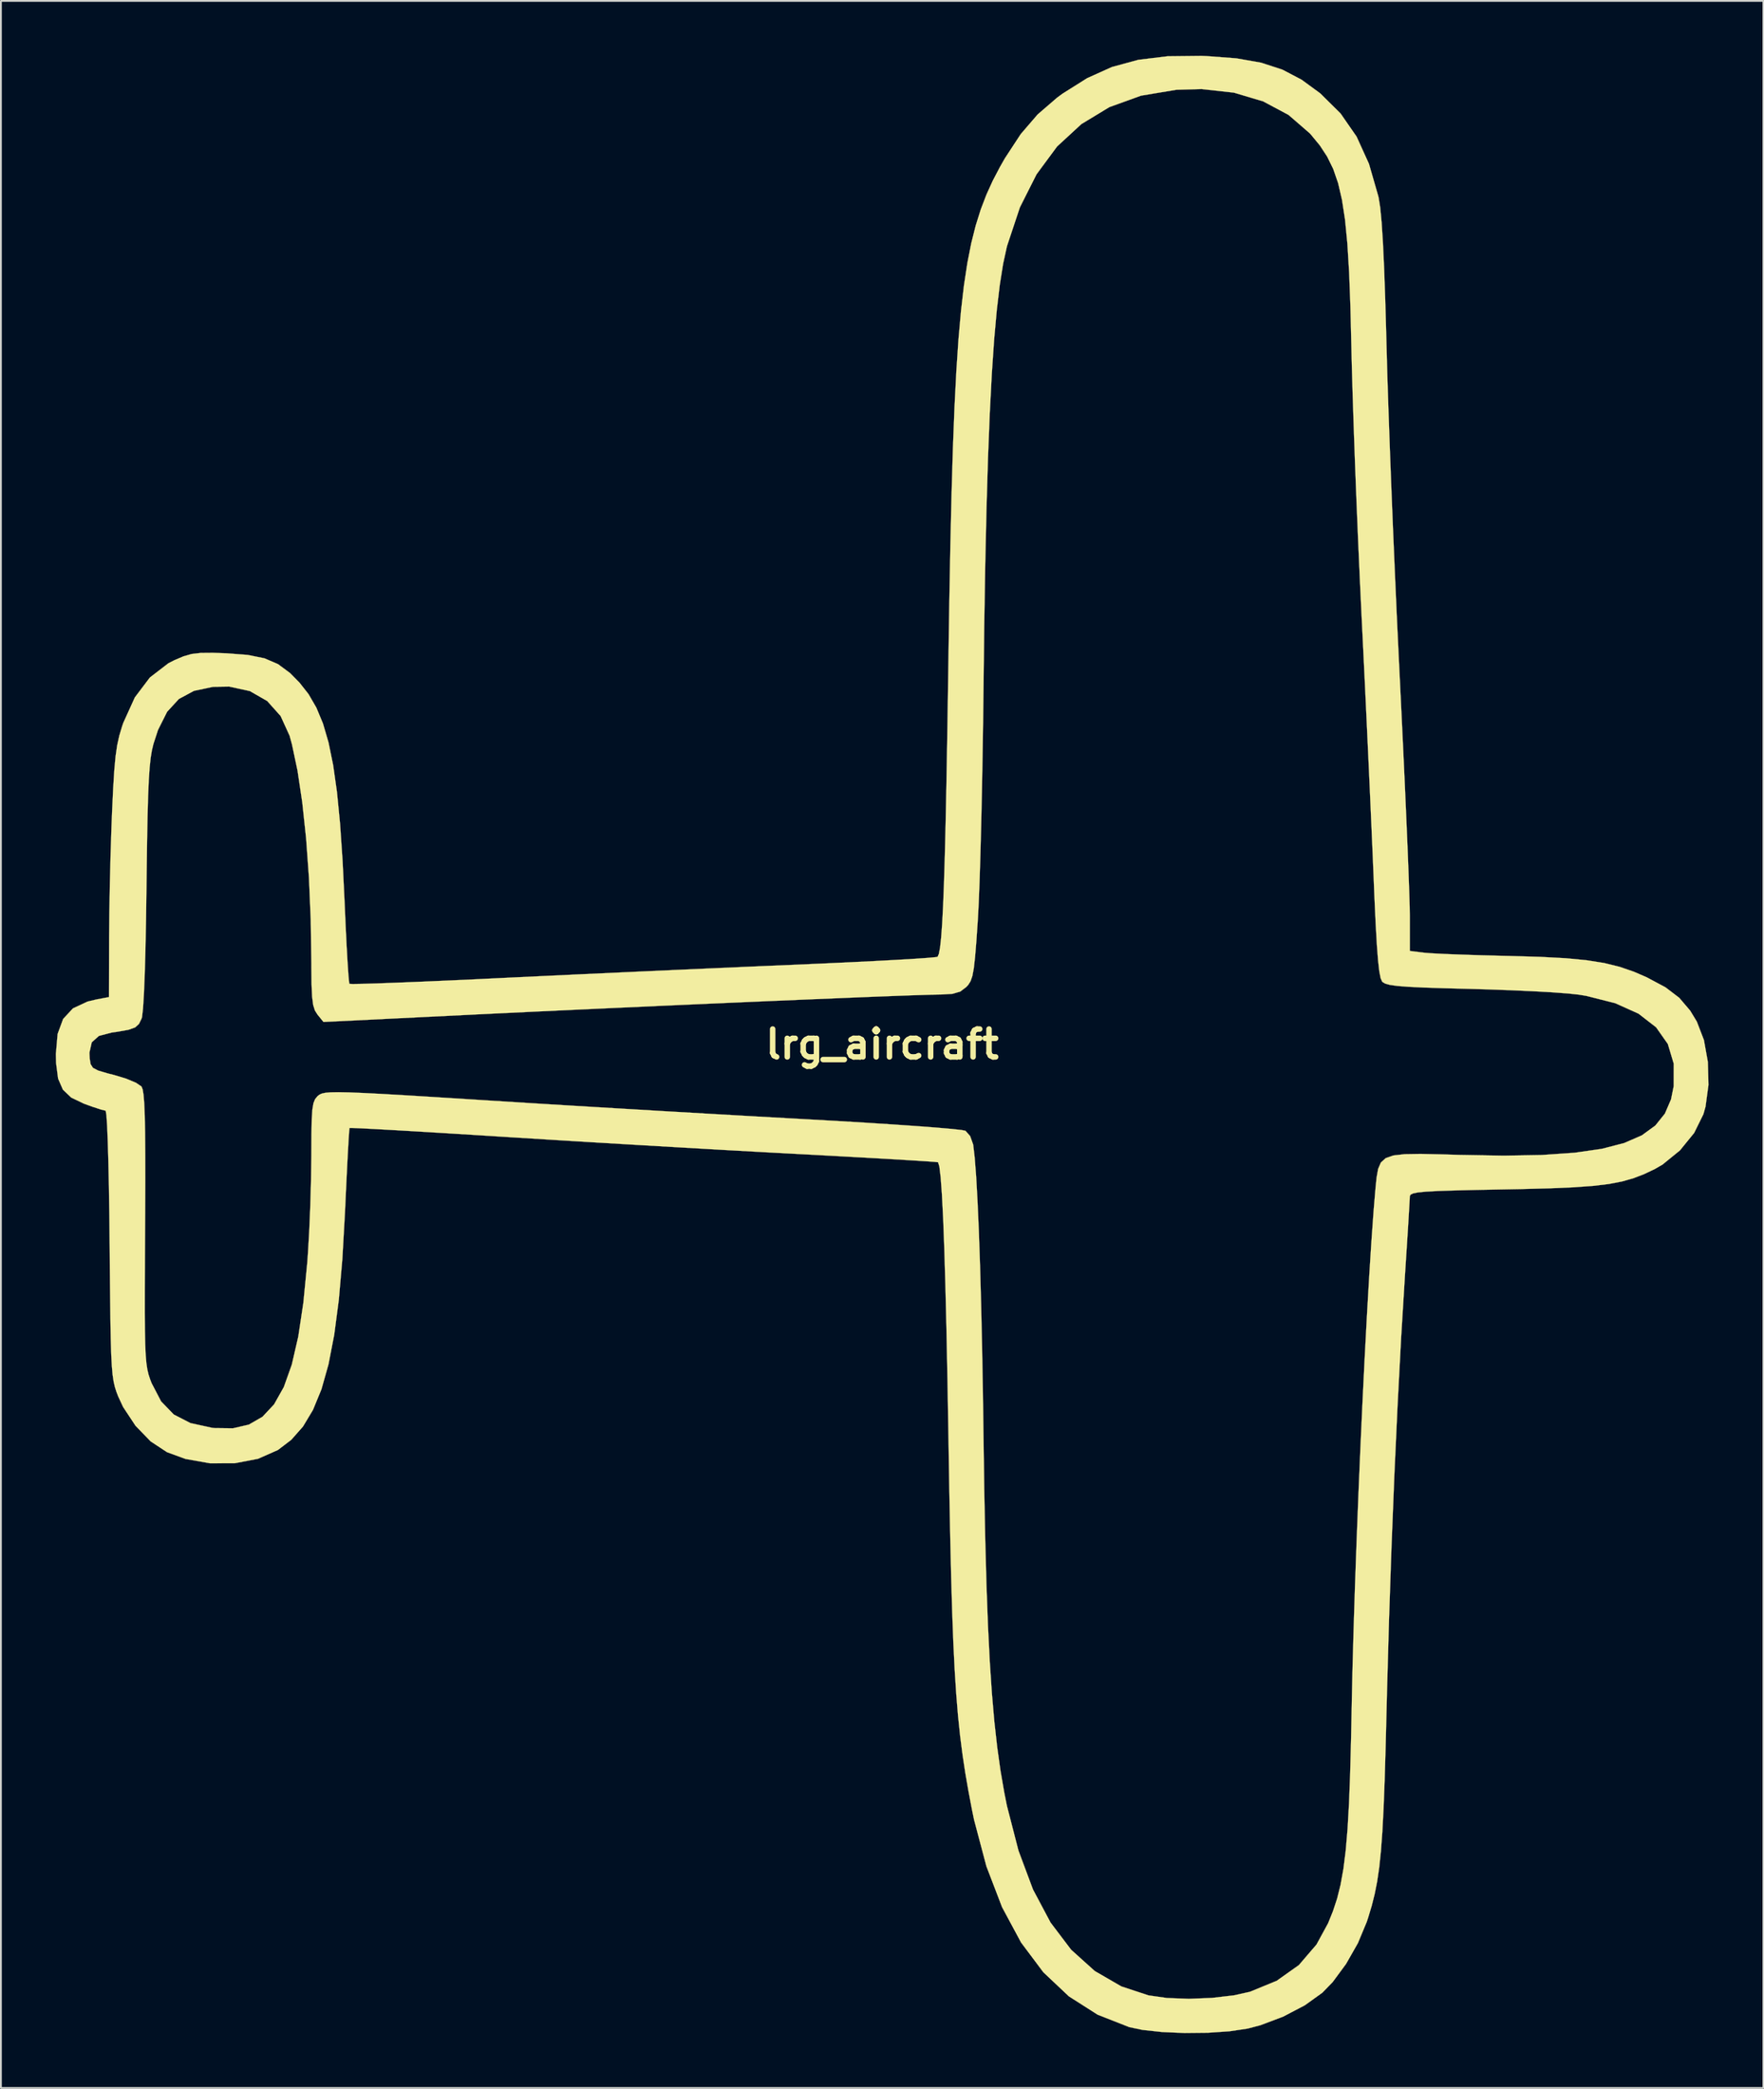
<source format=kicad_pcb>
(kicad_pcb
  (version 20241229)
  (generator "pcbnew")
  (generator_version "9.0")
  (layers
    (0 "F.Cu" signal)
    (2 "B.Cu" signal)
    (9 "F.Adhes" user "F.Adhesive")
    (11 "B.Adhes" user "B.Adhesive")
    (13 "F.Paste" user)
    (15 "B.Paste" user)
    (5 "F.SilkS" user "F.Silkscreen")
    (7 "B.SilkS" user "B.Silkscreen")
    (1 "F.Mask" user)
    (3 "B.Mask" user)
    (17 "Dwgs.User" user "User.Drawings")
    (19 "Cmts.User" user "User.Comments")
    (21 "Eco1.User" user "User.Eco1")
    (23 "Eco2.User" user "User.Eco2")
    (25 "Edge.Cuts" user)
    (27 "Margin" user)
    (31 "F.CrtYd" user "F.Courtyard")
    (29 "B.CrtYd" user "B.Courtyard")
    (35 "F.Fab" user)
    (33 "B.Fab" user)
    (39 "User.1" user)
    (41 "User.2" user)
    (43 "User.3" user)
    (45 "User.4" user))
  (footprint "lrg_aircraft"
    (layer "F.Cu")
    (at 45.181 54.034)
    (property "Reference" "lrg_aircraft" (at 0 0 0) (layer "F.SilkS") (effects (font (size 1.524 1.524) (thickness 0.3))))
    (attr through_hole)
    (fp_poly (pts (xy 17.737 -54.018) (xy 19.364 -53.895) (xy 20.719 -53.657) (xy 21.881 -53.277) (xy 22.928 -52.729) (xy 23.94 -51.988) (xy 23.964 -51.968) (xy 25.064 -50.879) (xy 25.938 -49.617) (xy 26.615 -48.128) (xy 27.125 -46.358) (xy 27.146 -46.264) (xy 27.23 -45.735) (xy 27.307 -44.927) (xy 27.378 -43.824) (xy 27.444 -42.409) (xy 27.506 -40.667) (xy 27.565 -38.582) (xy 27.577 -38.1) (xy 27.619 -36.56) (xy 27.679 -34.721) (xy 27.753 -32.647) (xy 27.839 -30.402) (xy 27.934 -28.048) (xy 28.037 -25.65) (xy 28.143 -23.27) (xy 28.252 -20.974) (xy 28.297 -20.058) (xy 28.396 -18.022) (xy 28.49 -16.043) (xy 28.577 -14.158) (xy 28.654 -12.408) (xy 28.721 -10.829) (xy 28.775 -9.462) (xy 28.815 -8.345) (xy 28.84 -7.517) (xy 28.847 -7.051) (xy 28.847 -5.102) (xy 29.618 -5.006) (xy 30.03 -4.974) (xy 30.737 -4.937) (xy 31.673 -4.901) (xy 32.771 -4.865) (xy 33.963 -4.834) (xy 34.29 -4.827) (xy 35.98 -4.778) (xy 37.368 -4.704) (xy 38.513 -4.595) (xy 39.477 -4.442) (xy 40.319 -4.235) (xy 41.099 -3.966) (xy 41.803 -3.661) (xy 42.824 -3.116) (xy 43.582 -2.538) (xy 44.175 -1.841) (xy 44.54 -1.24) (xy 44.928 -0.234) (xy 45.143 0.964) (xy 45.176 2.221) (xy 45.016 3.408) (xy 44.9 3.821) (xy 44.394 4.845) (xy 43.62 5.797) (xy 42.669 6.572) (xy 42.238 6.821) (xy 41.654 7.098) (xy 41.074 7.322) (xy 40.45 7.499) (xy 39.734 7.636) (xy 38.876 7.739) (xy 37.828 7.815) (xy 36.541 7.871) (xy 34.967 7.913) (xy 33.972 7.932) (xy 32.466 7.961) (xy 31.283 7.989) (xy 30.387 8.019) (xy 29.738 8.054) (xy 29.298 8.097) (xy 29.029 8.151) (xy 28.891 8.218) (xy 28.847 8.303) (xy 28.847 8.321) (xy 28.835 8.582) (xy 28.802 9.149) (xy 28.753 9.966) (xy 28.689 10.977) (xy 28.615 12.125) (xy 28.578 12.7) (xy 28.374 16.033) (xy 28.183 19.653) (xy 28.006 23.482) (xy 27.848 27.443) (xy 27.711 31.461) (xy 27.599 35.458) (xy 27.577 36.376) (xy 27.524 38.486) (xy 27.471 40.273) (xy 27.413 41.777) (xy 27.347 43.038) (xy 27.269 44.096) (xy 27.176 44.99) (xy 27.063 45.762) (xy 26.927 46.449) (xy 26.765 47.094) (xy 26.572 47.735) (xy 26.493 47.975) (xy 26.011 49.13) (xy 25.364 50.267) (xy 24.631 51.261) (xy 24.064 51.845) (xy 23.105 52.533) (xy 21.927 53.149) (xy 20.673 53.623) (xy 19.979 53.805) (xy 18.984 53.953) (xy 17.798 54.033) (xy 16.536 54.046) (xy 15.309 53.993) (xy 14.232 53.876) (xy 13.516 53.727) (xy 11.776 53.043) (xy 10.207 52.041) (xy 8.812 50.725) (xy 7.594 49.098) (xy 6.555 47.166) (xy 5.698 44.93) (xy 5.026 42.395) (xy 4.916 41.864) (xy 4.719 40.829) (xy 4.545 39.83) (xy 4.394 38.831) (xy 4.262 37.802) (xy 4.148 36.708) (xy 4.05 35.518) (xy 3.965 34.198) (xy 3.892 32.715) (xy 3.829 31.037) (xy 3.773 29.131) (xy 3.722 26.964) (xy 3.674 24.503) (xy 3.628 21.715) (xy 3.623 21.409) (xy 3.57 18.306) (xy 3.515 15.566) (xy 3.457 13.187) (xy 3.397 11.168) (xy 3.334 9.509) (xy 3.267 8.208) (xy 3.198 7.264) (xy 3.127 6.678) (xy 3.055 6.449) (xy 2.866 6.428) (xy 2.354 6.392) (xy 1.555 6.341) (xy 0.507 6.278) (xy -0.75 6.206) (xy -2.18 6.127) (xy -3.743 6.042) (xy -4.536 6) (xy -6.442 5.898) (xy -8.617 5.777) (xy -10.97 5.642) (xy -13.406 5.5) (xy -15.835 5.356) (xy -18.162 5.214) (xy -20.296 5.081) (xy -20.571 5.064) (xy -22.289 4.956) (xy -23.892 4.857) (xy -25.346 4.769) (xy -26.615 4.695) (xy -27.662 4.637) (xy -28.453 4.596) (xy -28.952 4.575) (xy -29.122 4.575) (xy -29.142 4.762) (xy -29.175 5.264) (xy -29.218 6.029) (xy -29.268 7.01) (xy -29.323 8.156) (xy -29.37 9.186) (xy -29.514 11.743) (xy -29.707 13.964) (xy -29.957 15.874) (xy -30.272 17.498) (xy -30.657 18.86) (xy -31.119 19.984) (xy -31.667 20.896) (xy -32.306 21.62) (xy -33.036 22.177) (xy -34.126 22.658) (xy -35.395 22.901) (xy -36.748 22.904) (xy -38.09 22.666) (xy -39.102 22.295) (xy -39.995 21.707) (xy -40.822 20.852) (xy -41.5 19.825) (xy -41.765 19.258) (xy -41.868 18.991) (xy -41.952 18.727) (xy -42.02 18.428) (xy -42.075 18.054) (xy -42.117 17.57) (xy -42.15 16.937) (xy -42.175 16.117) (xy -42.194 15.072) (xy -42.21 13.765) (xy -42.226 12.158) (xy -42.236 10.931) (xy -42.253 9.26) (xy -42.277 7.742) (xy -42.306 6.411) (xy -42.339 5.302) (xy -42.374 4.447) (xy -42.412 3.88) (xy -42.451 3.636) (xy -42.459 3.629) (xy -42.705 3.569) (xy -43.177 3.415) (xy -43.644 3.246) (xy -44.336 2.913) (xy -44.792 2.48) (xy -45.055 1.876) (xy -45.165 1.027) (xy -45.176 0.532) (xy -45.169 0.456) (xy -43.342 0.456) (xy -43.327 0.779) (xy -43.277 1.086) (xy -43.149 1.287) (xy -42.861 1.438) (xy -42.335 1.593) (xy -42.001 1.677) (xy -41.337 1.877) (xy -40.798 2.102) (xy -40.499 2.305) (xy -40.493 2.312) (xy -40.432 2.464) (xy -40.383 2.761) (xy -40.345 3.231) (xy -40.317 3.904) (xy -40.299 4.809) (xy -40.29 5.977) (xy -40.288 7.436) (xy -40.294 9.216) (xy -40.299 10.069) (xy -40.309 11.91) (xy -40.314 13.425) (xy -40.315 14.652) (xy -40.308 15.628) (xy -40.292 16.391) (xy -40.266 16.977) (xy -40.228 17.424) (xy -40.176 17.77) (xy -40.11 18.051) (xy -40.026 18.306) (xy -39.944 18.521) (xy -39.424 19.519) (xy -38.73 20.237) (xy -37.818 20.707) (xy -36.64 20.964) (xy -36.499 20.98) (xy -35.497 20.992) (xy -34.627 20.791) (xy -33.879 20.36) (xy -33.245 19.682) (xy -32.714 18.737) (xy -32.276 17.508) (xy -31.923 15.978) (xy -31.645 14.129) (xy -31.432 11.942) (xy -31.395 11.43) (xy -31.324 10.215) (xy -31.265 8.804) (xy -31.225 7.367) (xy -31.208 6.071) (xy -31.208 5.97) (xy -31.203 4.886) (xy -31.187 4.107) (xy -31.153 3.571) (xy -31.094 3.222) (xy -31.004 2.998) (xy -30.875 2.842) (xy -30.852 2.821) (xy -30.758 2.749) (xy -30.63 2.692) (xy -30.436 2.65) (xy -30.146 2.626) (xy -29.729 2.619) (xy -29.154 2.63) (xy -28.389 2.661) (xy -27.404 2.711) (xy -26.167 2.782) (xy -24.647 2.875) (xy -22.814 2.991) (xy -21.645 3.065) (xy -19.464 3.202) (xy -17.04 3.351) (xy -14.471 3.505) (xy -11.854 3.66) (xy -9.286 3.809) (xy -6.866 3.947) (xy -4.691 4.068) (xy -4.282 4.091) (xy -2.55 4.188) (xy -0.924 4.285) (xy 0.561 4.381) (xy 1.868 4.471) (xy 2.958 4.554) (xy 3.795 4.627) (xy 4.341 4.686) (xy 4.555 4.728) (xy 4.812 5.02) (xy 4.975 5.48) (xy 4.977 5.49) (xy 5.058 6.186) (xy 5.138 7.22) (xy 5.213 8.566) (xy 5.285 10.199) (xy 5.351 12.093) (xy 5.41 14.225) (xy 5.463 16.567) (xy 5.508 19.096) (xy 5.537 21.227) (xy 5.581 24.331) (xy 5.636 27.103) (xy 5.703 29.572) (xy 5.784 31.769) (xy 5.882 33.724) (xy 5.998 35.467) (xy 6.133 37.028) (xy 6.291 38.438) (xy 6.472 39.727) (xy 6.68 40.924) (xy 6.819 41.62) (xy 7.451 44.074) (xy 8.247 46.204) (xy 9.208 48.011) (xy 10.333 49.496) (xy 11.623 50.658) (xy 13.078 51.5) (xy 14.56 51.989) (xy 15.562 52.132) (xy 16.77 52.177) (xy 18.04 52.127) (xy 19.231 51.988) (xy 20.11 51.793) (xy 21.574 51.19) (xy 22.782 50.334) (xy 23.745 49.212) (xy 24.38 48.048) (xy 24.648 47.384) (xy 24.875 46.694) (xy 25.063 45.938) (xy 25.218 45.078) (xy 25.344 44.076) (xy 25.445 42.893) (xy 25.525 41.489) (xy 25.588 39.828) (xy 25.639 37.869) (xy 25.67 36.286) (xy 25.713 34.255) (xy 25.774 32.026) (xy 25.85 29.645) (xy 25.939 27.159) (xy 26.039 24.615) (xy 26.148 22.06) (xy 26.263 19.542) (xy 26.383 17.107) (xy 26.506 14.803) (xy 26.629 12.676) (xy 26.75 10.774) (xy 26.866 9.144) (xy 26.969 7.911) (xy 27.031 7.287) (xy 27.116 6.81) (xy 27.268 6.461) (xy 27.532 6.223) (xy 27.952 6.077) (xy 28.571 6.006) (xy 29.435 5.992) (xy 30.588 6.017) (xy 31.551 6.046) (xy 33.983 6.088) (xy 36.08 6.051) (xy 37.863 5.928) (xy 39.353 5.713) (xy 40.57 5.398) (xy 41.536 4.977) (xy 42.27 4.443) (xy 42.795 3.79) (xy 43.13 3.011) (xy 43.275 2.294) (xy 43.277 1.058) (xy 42.955 -0.017) (xy 42.313 -0.929) (xy 41.353 -1.673) (xy 40.081 -2.246) (xy 38.498 -2.646) (xy 38.084 -2.714) (xy 37.521 -2.775) (xy 36.664 -2.839) (xy 35.583 -2.9) (xy 34.347 -2.956) (xy 33.025 -3.003) (xy 32.162 -3.027) (xy 30.722 -3.065) (xy 29.604 -3.102) (xy 28.764 -3.143) (xy 28.161 -3.19) (xy 27.753 -3.248) (xy 27.499 -3.319) (xy 27.355 -3.407) (xy 27.335 -3.429) (xy 27.253 -3.614) (xy 27.18 -3.991) (xy 27.112 -4.589) (xy 27.047 -5.441) (xy 26.982 -6.576) (xy 26.915 -8.026) (xy 26.876 -8.981) (xy 26.822 -10.282) (xy 26.753 -11.879) (xy 26.672 -13.706) (xy 26.581 -15.695) (xy 26.484 -17.779) (xy 26.384 -19.894) (xy 26.283 -21.97) (xy 26.217 -23.314) (xy 26.12 -25.356) (xy 26.024 -27.503) (xy 25.933 -29.686) (xy 25.85 -31.833) (xy 25.777 -33.873) (xy 25.717 -35.736) (xy 25.672 -37.351) (xy 25.653 -38.191) (xy 25.6 -40.362) (xy 25.53 -42.208) (xy 25.435 -43.766) (xy 25.308 -45.072) (xy 25.14 -46.164) (xy 24.927 -47.078) (xy 24.659 -47.853) (xy 24.329 -48.525) (xy 23.931 -49.132) (xy 23.457 -49.709) (xy 23.374 -49.801) (xy 22.217 -50.802) (xy 20.826 -51.544) (xy 19.232 -52.019) (xy 17.466 -52.215) (xy 16.077 -52.176) (xy 14.152 -51.855) (xy 12.422 -51.229) (xy 10.891 -50.301) (xy 9.563 -49.076) (xy 8.441 -47.557) (xy 7.529 -45.747) (xy 6.831 -43.649) (xy 6.813 -43.581) (xy 6.613 -42.664) (xy 6.432 -41.528) (xy 6.269 -40.158) (xy 6.123 -38.539) (xy 5.995 -36.658) (xy 5.883 -34.498) (xy 5.786 -32.047) (xy 5.704 -29.289) (xy 5.635 -26.21) (xy 5.579 -22.795) (xy 5.542 -19.594) (xy 5.518 -17.637) (xy 5.488 -15.683) (xy 5.453 -13.783) (xy 5.413 -11.989) (xy 5.37 -10.349) (xy 5.325 -8.916) (xy 5.279 -7.74) (xy 5.234 -6.871) (xy 5.23 -6.808) (xy 5.15 -5.635) (xy 5.079 -4.769) (xy 5.01 -4.153) (xy 4.931 -3.732) (xy 4.834 -3.45) (xy 4.709 -3.252) (xy 4.602 -3.134) (xy 4.273 -2.884) (xy 3.85 -2.758) (xy 3.206 -2.72) (xy 3.138 -2.719) (xy 2.67 -2.71) (xy 1.874 -2.686) (xy 0.782 -2.647) (xy -0.571 -2.595) (xy -2.152 -2.531) (xy -3.927 -2.458) (xy -5.863 -2.376) (xy -7.925 -2.287) (xy -10.081 -2.192) (xy -12.296 -2.094) (xy -14.537 -1.992) (xy -16.771 -1.889) (xy -18.962 -1.787) (xy -21.079 -1.686) (xy -22.576 -1.613) (xy -30.546 -1.221) (xy -30.876 -1.629) (xy -31.014 -1.848) (xy -31.108 -2.149) (xy -31.167 -2.6) (xy -31.197 -3.266) (xy -31.207 -4.216) (xy -31.207 -4.42) (xy -31.242 -6.812) (xy -31.34 -9.111) (xy -31.496 -11.269) (xy -31.706 -13.234) (xy -31.964 -14.958) (xy -32.267 -16.391) (xy -32.398 -16.868) (xy -32.889 -17.945) (xy -33.623 -18.765) (xy -34.569 -19.307) (xy -35.699 -19.553) (xy -36.583 -19.539) (xy -37.626 -19.32) (xy -38.45 -18.878) (xy -39.093 -18.177) (xy -39.593 -17.181) (xy -39.842 -16.419) (xy -39.925 -16.073) (xy -39.994 -15.655) (xy -40.05 -15.124) (xy -40.096 -14.444) (xy -40.133 -13.573) (xy -40.164 -12.473) (xy -40.19 -11.106) (xy -40.212 -9.431) (xy -40.222 -8.618) (xy -40.247 -6.793) (xy -40.279 -5.188) (xy -40.318 -3.83) (xy -40.363 -2.745) (xy -40.412 -1.96) (xy -40.464 -1.5) (xy -40.487 -1.412) (xy -40.631 -1.116) (xy -40.84 -0.923) (xy -41.2 -0.794) (xy -41.798 -0.687) (xy -42.136 -0.639) (xy -42.826 -0.457) (xy -43.214 -0.108) (xy -43.342 0.456) (xy -45.169 0.456) (xy -45.081 -0.566) (xy -44.779 -1.385) (xy -44.243 -1.962) (xy -43.445 -2.335) (xy -42.947 -2.454) (xy -42.273 -2.58) (xy -42.264 -5.871) (xy -42.252 -7.214) (xy -42.224 -8.769) (xy -42.184 -10.388) (xy -42.134 -11.919) (xy -42.103 -12.704) (xy -42.043 -13.988) (xy -41.982 -14.978) (xy -41.912 -15.743) (xy -41.823 -16.353) (xy -41.707 -16.876) (xy -41.555 -17.381) (xy -41.492 -17.565) (xy -40.858 -18.963) (xy -40.035 -20.051) (xy -39.023 -20.829) (xy -38.688 -21) (xy -38.197 -21.207) (xy -37.758 -21.333) (xy -37.261 -21.392) (xy -36.599 -21.398) (xy -35.863 -21.373) (xy -34.684 -21.283) (xy -33.771 -21.098) (xy -33.032 -20.781) (xy -32.376 -20.295) (xy -31.861 -19.774) (xy -31.363 -19.141) (xy -30.936 -18.405) (xy -30.574 -17.536) (xy -30.27 -16.499) (xy -30.017 -15.263) (xy -29.809 -13.794) (xy -29.639 -12.06) (xy -29.501 -10.028) (xy -29.389 -7.726) (xy -29.336 -6.509) (xy -29.282 -5.417) (xy -29.23 -4.501) (xy -29.184 -3.812) (xy -29.146 -3.399) (xy -29.127 -3.304) (xy -28.935 -3.295) (xy -28.416 -3.304) (xy -27.609 -3.328) (xy -26.549 -3.367) (xy -25.274 -3.418) (xy -23.82 -3.481) (xy -22.224 -3.554) (xy -20.917 -3.617) (xy -18.818 -3.717) (xy -16.478 -3.827) (xy -13.999 -3.941) (xy -11.483 -4.055) (xy -9.034 -4.164) (xy -6.753 -4.264) (xy -4.937 -4.341) (xy -3.284 -4.413) (xy -1.744 -4.484) (xy -0.355 -4.553) (xy 0.846 -4.618) (xy 1.821 -4.676) (xy 2.532 -4.726) (xy 2.943 -4.765) (xy 3.03 -4.783) (xy 3.1 -4.942) (xy 3.165 -5.284) (xy 3.224 -5.825) (xy 3.28 -6.584) (xy 3.332 -7.577) (xy 3.38 -8.822) (xy 3.427 -10.336) (xy 3.471 -12.137) (xy 3.514 -14.241) (xy 3.557 -16.667) (xy 3.6 -19.431) (xy 3.618 -20.683) (xy 3.671 -24.143) (xy 3.729 -27.264) (xy 3.794 -30.066) (xy 3.868 -32.574) (xy 3.955 -34.811) (xy 4.056 -36.797) (xy 4.174 -38.557) (xy 4.313 -40.114) (xy 4.473 -41.489) (xy 4.658 -42.705) (xy 4.871 -43.786) (xy 5.114 -44.753) (xy 5.389 -45.63) (xy 5.699 -46.44) (xy 6.046 -47.204) (xy 6.434 -47.946) (xy 6.708 -48.427) (xy 7.576 -49.753) (xy 8.498 -50.825) (xy 9.569 -51.75) (xy 9.859 -51.962) (xy 11.205 -52.81) (xy 12.56 -53.42) (xy 14.001 -53.813) (xy 15.605 -54.009) (xy 17.449 -54.029) (xy 17.737 -54.018)) (stroke (width 0.01) (type solid)) (fill yes) (layer "F.SilkS")))
  (gr_rect
    (start -3 -3)
    (end 93.361 111.085)
    (stroke (width 0.1) (type default))
    (fill no)
    (layer "Edge.Cuts")))
</source>
